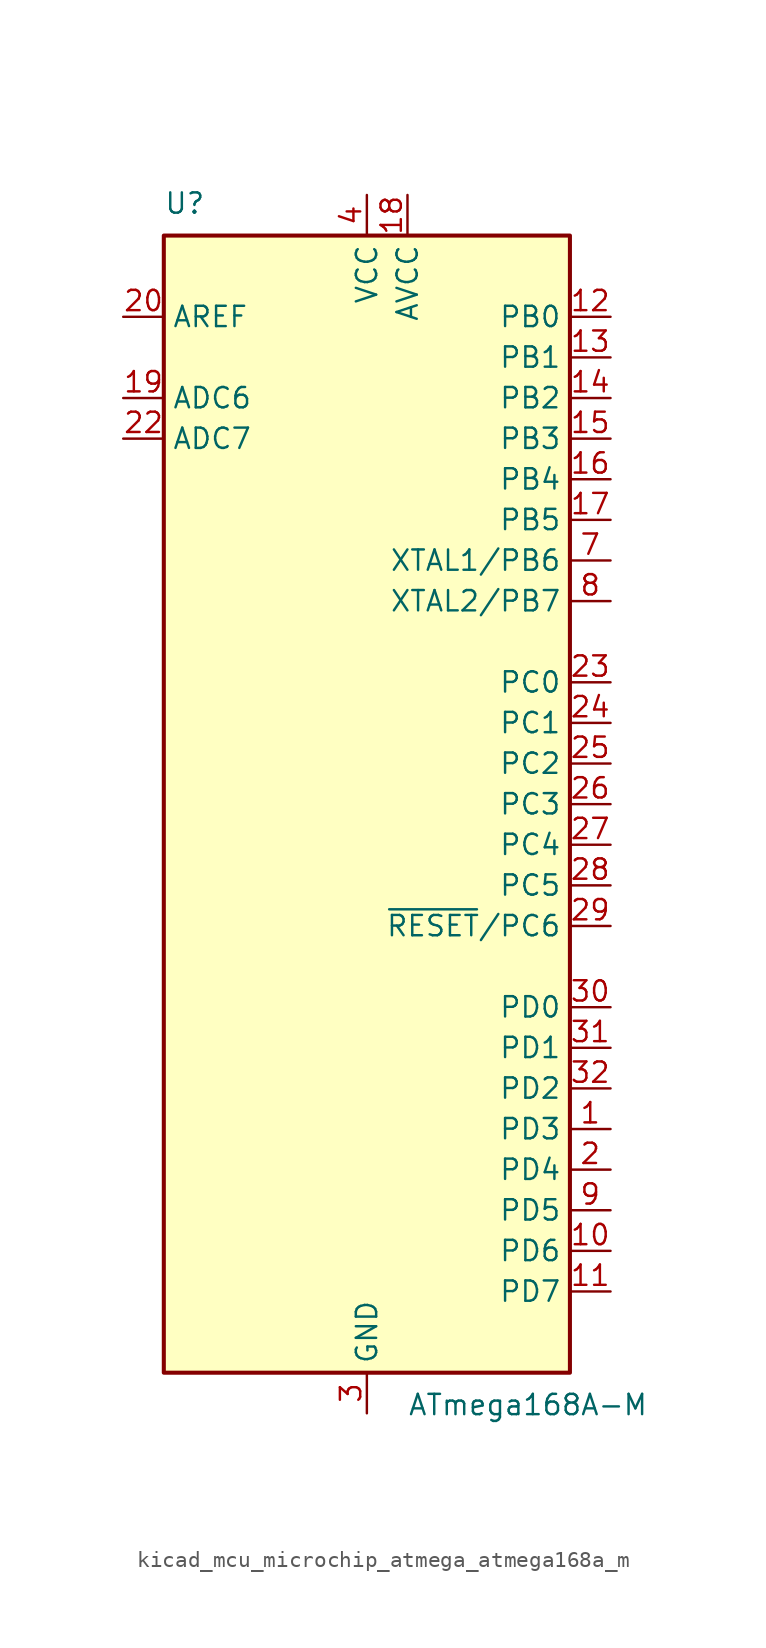
<source format=kicad_sym>
(kicad_symbol_lib
  (version 20220914)
  (generator kicad_symbol_editor)
  (symbol "kicad_mcu_microchip_atmega_atmega168a_m"
    (property "Reference" "U"
      (at -12.7 36.83 0)
      (effects (font (size 1.27 1.27)) (justify left bottom)))
    (property "Value" "ATmega168A-M"
      (at 2.54 -36.83 0)
      (effects (font (size 1.27 1.27)) (justify left top)))
    (symbol "kicad_mcu_microchip_atmega_atmega168a_m_0_1"
      (rectangle (start -12.7 -35.56) (end 12.7 35.56) (stroke (width 0.254) (type default)) (fill (type background))))
    (symbol "kicad_mcu_microchip_atmega_atmega168a_m_1_1"
      (pin bidirectional line (at 15.24 -20.32 180) (length 2.54) (name "PD3" (effects (font (size 1.27 1.27)))) (number "1" (effects (font (size 1.27 1.27)))))
      (pin bidirectional line (at 15.24 -27.94 180) (length 2.54) (name "PD6" (effects (font (size 1.27 1.27)))) (number "10" (effects (font (size 1.27 1.27)))))
      (pin bidirectional line (at 15.24 -30.48 180) (length 2.54) (name "PD7" (effects (font (size 1.27 1.27)))) (number "11" (effects (font (size 1.27 1.27)))))
      (pin bidirectional line (at 15.24 30.48 180) (length 2.54) (name "PB0" (effects (font (size 1.27 1.27)))) (number "12" (effects (font (size 1.27 1.27)))))
      (pin bidirectional line (at 15.24 27.94 180) (length 2.54) (name "PB1" (effects (font (size 1.27 1.27)))) (number "13" (effects (font (size 1.27 1.27)))))
      (pin bidirectional line (at 15.24 25.4 180) (length 2.54) (name "PB2" (effects (font (size 1.27 1.27)))) (number "14" (effects (font (size 1.27 1.27)))))
      (pin bidirectional line (at 15.24 22.86 180) (length 2.54) (name "PB3" (effects (font (size 1.27 1.27)))) (number "15" (effects (font (size 1.27 1.27)))))
      (pin bidirectional line (at 15.24 20.32 180) (length 2.54) (name "PB4" (effects (font (size 1.27 1.27)))) (number "16" (effects (font (size 1.27 1.27)))))
      (pin bidirectional line (at 15.24 17.78 180) (length 2.54) (name "PB5" (effects (font (size 1.27 1.27)))) (number "17" (effects (font (size 1.27 1.27)))))
      (pin power_in line (at 2.54 38.1 270) (length 2.54) (name "AVCC" (effects (font (size 1.27 1.27)))) (number "18" (effects (font (size 1.27 1.27)))))
      (pin input line (at -15.24 25.4 0) (length 2.54) (name "ADC6" (effects (font (size 1.27 1.27)))) (number "19" (effects (font (size 1.27 1.27)))))
      (pin bidirectional line (at 15.24 -22.86 180) (length 2.54) (name "PD4" (effects (font (size 1.27 1.27)))) (number "2" (effects (font (size 1.27 1.27)))))
      (pin passive line (at -15.24 30.48 0) (length 2.54) (name "AREF" (effects (font (size 1.27 1.27)))) (number "20" (effects (font (size 1.27 1.27)))))
      (pin passive line (at 0 -38.1 90) (length 2.54) hide (name "GND" (effects (font (size 1.27 1.27)))) (number "21" (effects (font (size 1.27 1.27)))))
      (pin input line (at -15.24 22.86 0) (length 2.54) (name "ADC7" (effects (font (size 1.27 1.27)))) (number "22" (effects (font (size 1.27 1.27)))))
      (pin bidirectional line (at 15.24 7.62 180) (length 2.54) (name "PC0" (effects (font (size 1.27 1.27)))) (number "23" (effects (font (size 1.27 1.27)))))
      (pin bidirectional line (at 15.24 5.08 180) (length 2.54) (name "PC1" (effects (font (size 1.27 1.27)))) (number "24" (effects (font (size 1.27 1.27)))))
      (pin bidirectional line (at 15.24 2.54 180) (length 2.54) (name "PC2" (effects (font (size 1.27 1.27)))) (number "25" (effects (font (size 1.27 1.27)))))
      (pin bidirectional line (at 15.24 0 180) (length 2.54) (name "PC3" (effects (font (size 1.27 1.27)))) (number "26" (effects (font (size 1.27 1.27)))))
      (pin bidirectional line (at 15.24 -2.54 180) (length 2.54) (name "PC4" (effects (font (size 1.27 1.27)))) (number "27" (effects (font (size 1.27 1.27)))))
      (pin bidirectional line (at 15.24 -5.08 180) (length 2.54) (name "PC5" (effects (font (size 1.27 1.27)))) (number "28" (effects (font (size 1.27 1.27)))))
      (pin bidirectional line (at 15.24 -7.62 180) (length 2.54) (name "~{RESET}/PC6" (effects (font (size 1.27 1.27)))) (number "29" (effects (font (size 1.27 1.27)))))
      (pin power_in line (at 0 -38.1 90) (length 2.54) (name "GND" (effects (font (size 1.27 1.27)))) (number "3" (effects (font (size 1.27 1.27)))))
      (pin bidirectional line (at 15.24 -12.7 180) (length 2.54) (name "PD0" (effects (font (size 1.27 1.27)))) (number "30" (effects (font (size 1.27 1.27)))))
      (pin bidirectional line (at 15.24 -15.24 180) (length 2.54) (name "PD1" (effects (font (size 1.27 1.27)))) (number "31" (effects (font (size 1.27 1.27)))))
      (pin bidirectional line (at 15.24 -17.78 180) (length 2.54) (name "PD2" (effects (font (size 1.27 1.27)))) (number "32" (effects (font (size 1.27 1.27)))))
      (pin passive line (at 0 -38.1 90) (length 2.54) hide (name "GND" (effects (font (size 1.27 1.27)))) (number "33" (effects (font (size 1.27 1.27)))))
      (pin power_in line (at 0 38.1 270) (length 2.54) (name "VCC" (effects (font (size 1.27 1.27)))) (number "4" (effects (font (size 1.27 1.27)))))
      (pin passive line (at 0 -38.1 90) (length 2.54) hide (name "GND" (effects (font (size 1.27 1.27)))) (number "5" (effects (font (size 1.27 1.27)))))
      (pin passive line (at 0 38.1 270) (length 2.54) hide (name "VCC" (effects (font (size 1.27 1.27)))) (number "6" (effects (font (size 1.27 1.27)))))
      (pin bidirectional line (at 15.24 15.24 180) (length 2.54) (name "XTAL1/PB6" (effects (font (size 1.27 1.27)))) (number "7" (effects (font (size 1.27 1.27)))))
      (pin bidirectional line (at 15.24 12.7 180) (length 2.54) (name "XTAL2/PB7" (effects (font (size 1.27 1.27)))) (number "8" (effects (font (size 1.27 1.27)))))
      (pin bidirectional line (at 15.24 -25.4 180) (length 2.54) (name "PD5" (effects (font (size 1.27 1.27)))) (number "9" (effects (font (size 1.27 1.27))))))))
</source>
